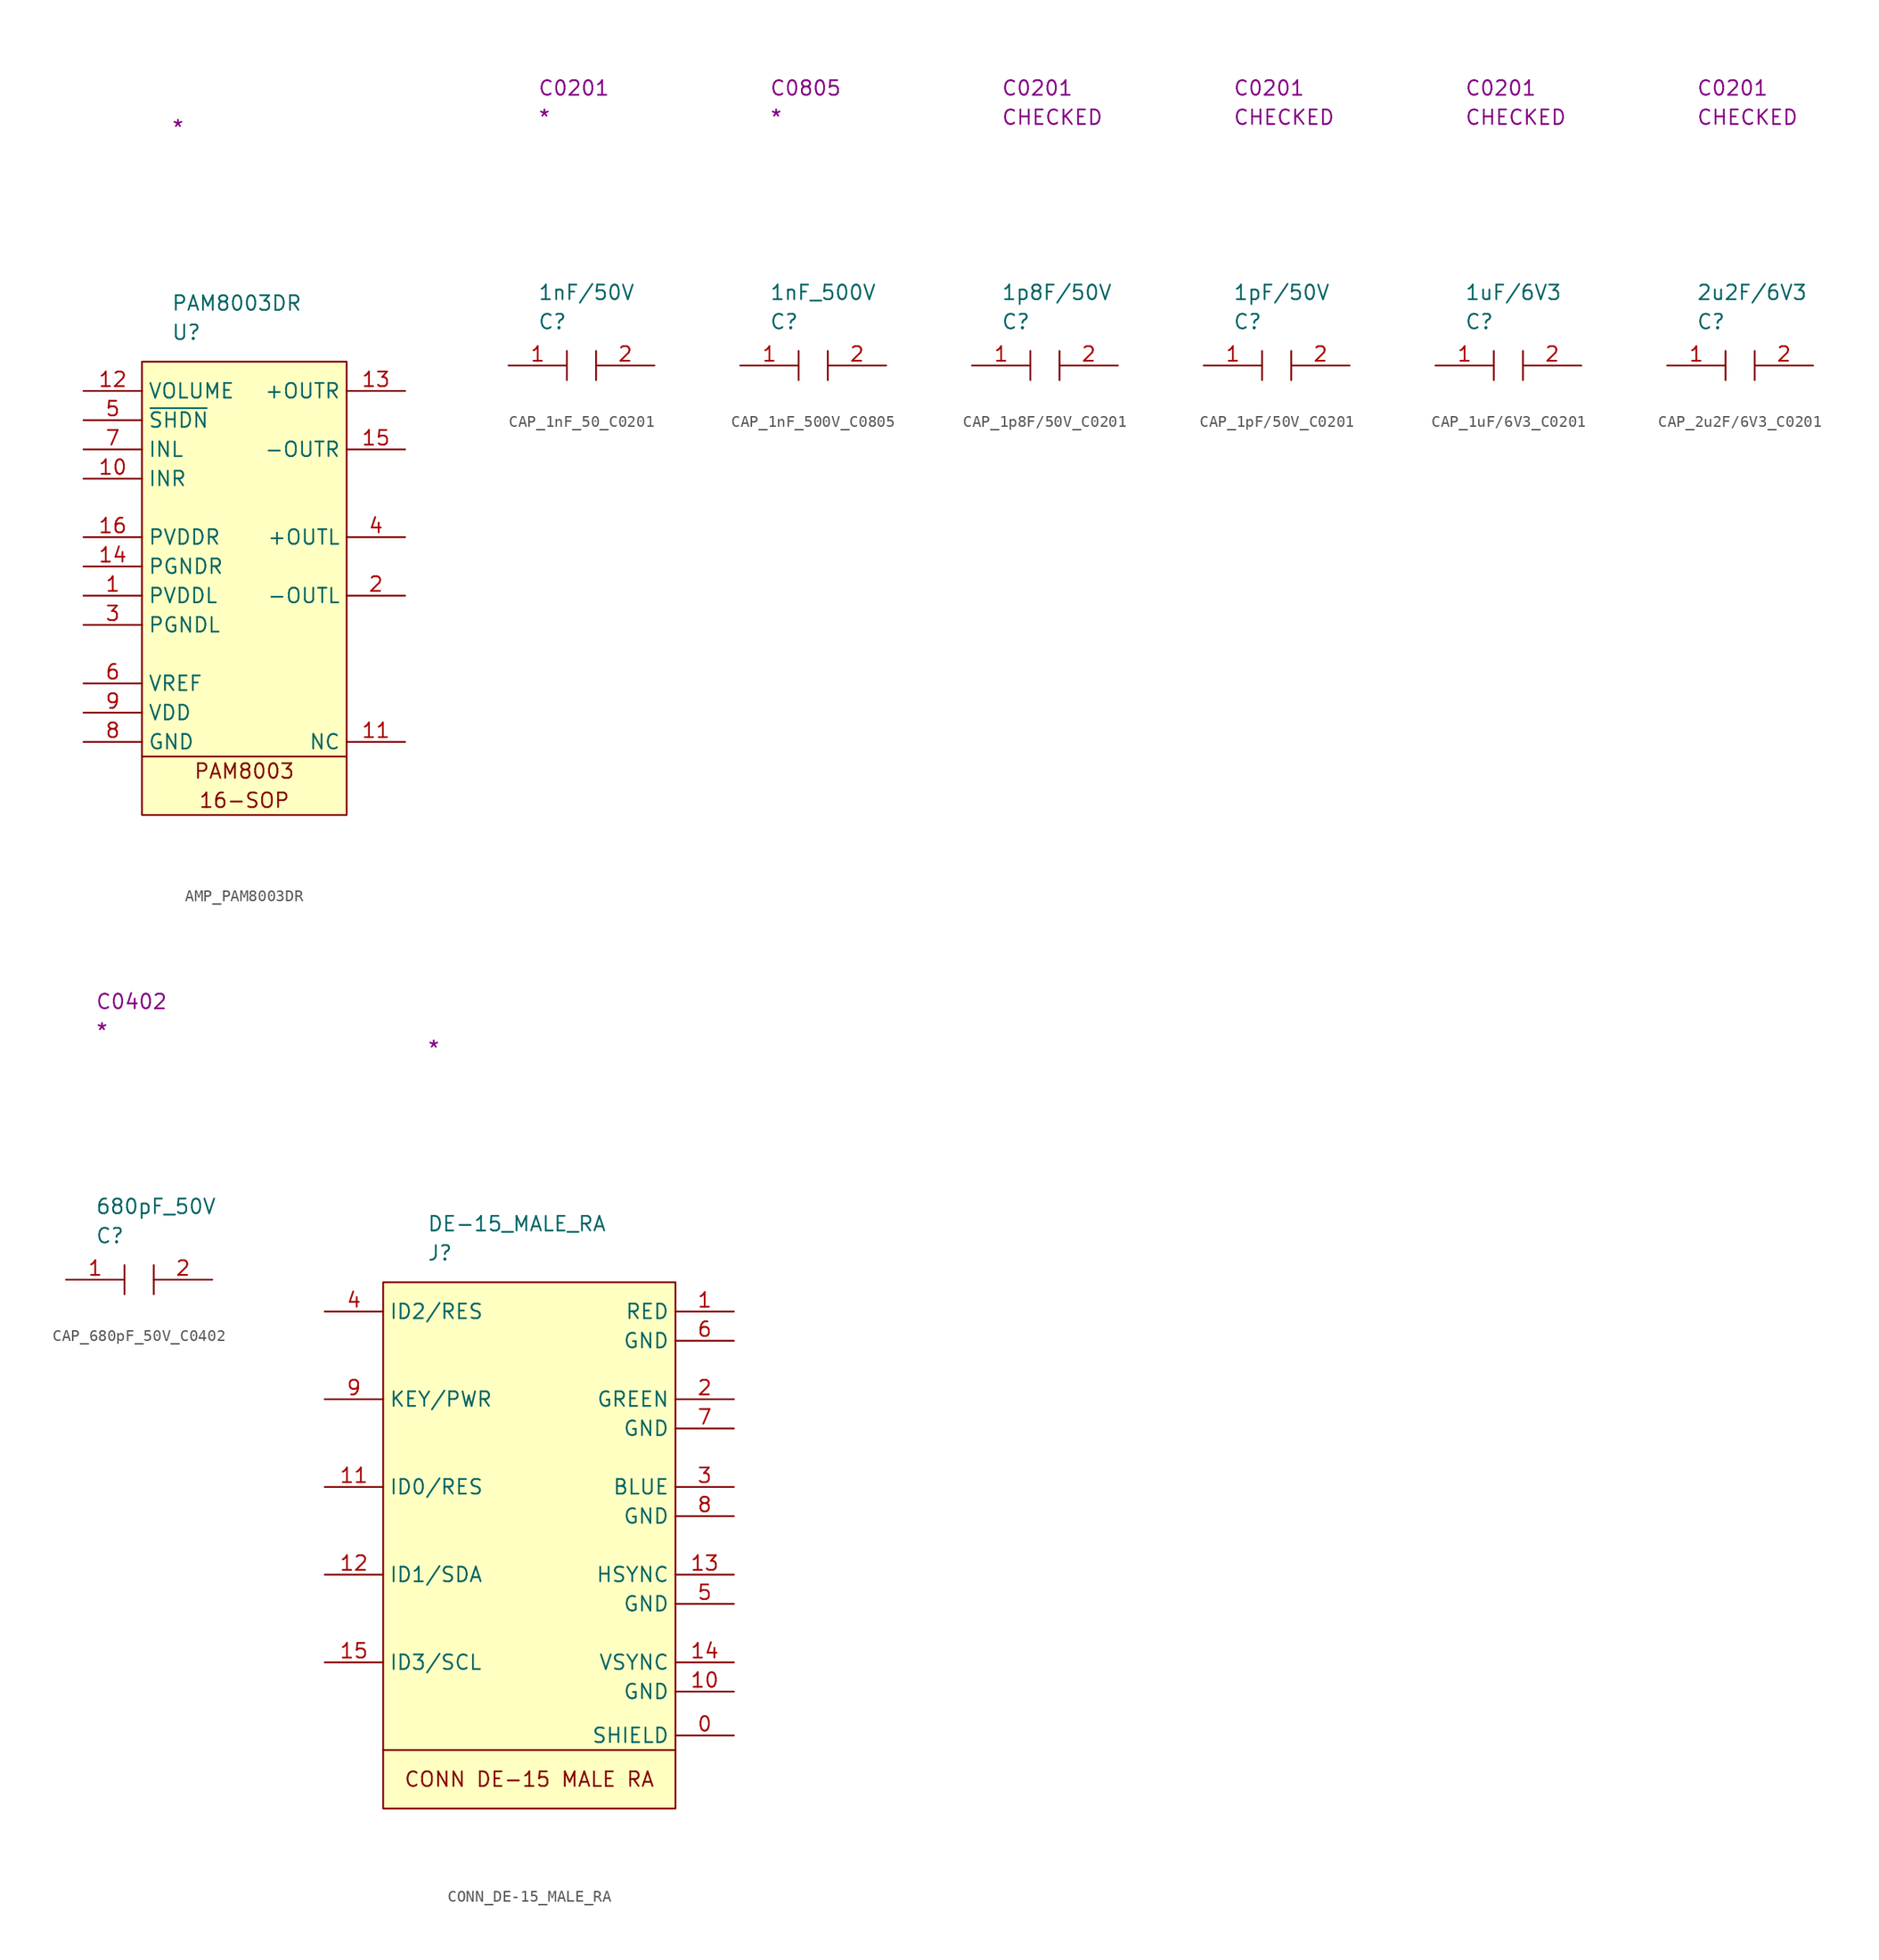
<source format=kicad_sym>
(kicad_symbol_lib
  (version 20220914)
  (generator kicad_symbol_editor)
  (symbol "AMP_PAM8003DR"
    (property "Reference" "U"
      (at 2.54 2.54 0)
      (effects (font (size 1.27 1.27)) (justify left)))
    (property "Value" "PAM8003DR"
      (at 2.54 5.08 0)
      (effects (font (size 1.27 1.27)) (justify left)))
    (property "SCH CHECK" "*"
      (at 2.54 20.32 0)
      (effects (font (size 1.27 1.27)) (justify left)))
    (symbol "AMP_PAM8003DR_0_0"
      (polyline (pts (xy 0 -34.29) (xy 17.78 -34.29)) (stroke (width 0) (type default)) (fill (type none)))
      (rectangle (start 0 0) (end 17.78 -39.37) (stroke (width 0) (type default)) (fill (type background)))
      (text "16-SOP" (at 8.89 -38.1 0) (effects (font (size 1.27 1.27))))
      (text "PAM8003" (at 8.89 -35.56 0) (effects (font (size 1.27 1.27)))))
    (symbol "AMP_PAM8003DR_1_1"
      (pin passive line (at -5.08 -20.32 0) (length 5.08) (name "PVDDL" (effects (font (size 1.27 1.27)))) (number "1" (effects (font (size 1.27 1.27)))))
      (pin passive line (at -5.08 -10.16 0) (length 5.08) (name "INR" (effects (font (size 1.27 1.27)))) (number "10" (effects (font (size 1.27 1.27)))))
      (pin passive line (at 22.86 -33.02 180) (length 5.08) (name "NC" (effects (font (size 1.27 1.27)))) (number "11" (effects (font (size 1.27 1.27)))))
      (pin passive line (at -5.08 -2.54 0) (length 5.08) (name "VOLUME" (effects (font (size 1.27 1.27)))) (number "12" (effects (font (size 1.27 1.27)))))
      (pin passive line (at 22.86 -2.54 180) (length 5.08) (name "+OUTR" (effects (font (size 1.27 1.27)))) (number "13" (effects (font (size 1.27 1.27)))))
      (pin passive line (at -5.08 -17.78 0) (length 5.08) (name "PGNDR" (effects (font (size 1.27 1.27)))) (number "14" (effects (font (size 1.27 1.27)))))
      (pin passive line (at 22.86 -7.62 180) (length 5.08) (name "-OUTR" (effects (font (size 1.27 1.27)))) (number "15" (effects (font (size 1.27 1.27)))))
      (pin passive line (at -5.08 -15.24 0) (length 5.08) (name "PVDDR" (effects (font (size 1.27 1.27)))) (number "16" (effects (font (size 1.27 1.27)))))
      (pin passive line (at 22.86 -20.32 180) (length 5.08) (name "-OUTL" (effects (font (size 1.27 1.27)))) (number "2" (effects (font (size 1.27 1.27)))))
      (pin passive line (at -5.08 -22.86 0) (length 5.08) (name "PGNDL" (effects (font (size 1.27 1.27)))) (number "3" (effects (font (size 1.27 1.27)))))
      (pin passive line (at 22.86 -15.24 180) (length 5.08) (name "+OUTL" (effects (font (size 1.27 1.27)))) (number "4" (effects (font (size 1.27 1.27)))))
      (pin passive line (at -5.08 -5.08 0) (length 5.08) (name "~{SHDN}" (effects (font (size 1.27 1.27)))) (number "5" (effects (font (size 1.27 1.27)))))
      (pin passive line (at -5.08 -27.94 0) (length 5.08) (name "VREF" (effects (font (size 1.27 1.27)))) (number "6" (effects (font (size 1.27 1.27)))))
      (pin passive line (at -5.08 -7.62 0) (length 5.08) (name "INL" (effects (font (size 1.27 1.27)))) (number "7" (effects (font (size 1.27 1.27)))))
      (pin passive line (at -5.08 -33.02 0) (length 5.08) (name "GND" (effects (font (size 1.27 1.27)))) (number "8" (effects (font (size 1.27 1.27)))))
      (pin passive line (at -5.08 -30.48 0) (length 5.08) (name "VDD" (effects (font (size 1.27 1.27)))) (number "9" (effects (font (size 1.27 1.27)))))))
  (symbol "CAP_1nF_50_C0201"
    (property "Reference" "C"
      (at 2.54 3.81 0)
      (effects (font (size 1.27 1.27)) (justify left)))
    (property "Value" "1nF/50V"
      (at 2.54 6.35 0)
      (effects (font (size 1.27 1.27)) (justify left)))
    (property "SCH CHECK" "*"
      (at 2.54 21.59 0)
      (effects (font (size 1.27 1.27)) (justify left)))
    (property "Package" "C0201"
      (at 2.54 24.13 0)
      (effects (font (size 1.27 1.27)) (justify left)))
    (symbol "CAP_1nF_50_C0201_0_0"
      (polyline (pts (xy 5.08 1.27) (xy 5.08 -1.27)) (stroke (width 0) (type default)) (fill (type none)))
      (polyline (pts (xy 7.62 1.27) (xy 7.62 -1.27)) (stroke (width 0) (type default)) (fill (type none))))
    (symbol "CAP_1nF_50_C0201_1_1"
      (pin passive line (at 0 0 0) (length 5.08) (name "" (effects (font (size 1.27 1.27)))) (number "1" (effects (font (size 1.27 1.27)))))
      (pin passive line (at 12.7 0 180) (length 5.08) (name "" (effects (font (size 1.27 1.27)))) (number "2" (effects (font (size 1.27 1.27)))))))
  (symbol "CAP_1nF_500V_C0805"
    (property "Reference" "C"
      (at 2.54 3.81 0)
      (effects (font (size 1.27 1.27)) (justify left)))
    (property "Value" "1nF_500V"
      (at 2.54 6.35 0)
      (effects (font (size 1.27 1.27)) (justify left)))
    (property "SCH CHECK" "*"
      (at 2.54 21.59 0)
      (effects (font (size 1.27 1.27)) (justify left)))
    (property "Package" "C0805"
      (at 2.54 24.13 0)
      (effects (font (size 1.27 1.27)) (justify left)))
    (symbol "CAP_1nF_500V_C0805_0_0"
      (polyline (pts (xy 5.08 1.27) (xy 5.08 -1.27)) (stroke (width 0) (type default)) (fill (type none)))
      (polyline (pts (xy 7.62 1.27) (xy 7.62 -1.27)) (stroke (width 0) (type default)) (fill (type none))))
    (symbol "CAP_1nF_500V_C0805_1_1"
      (pin passive line (at 0 0 0) (length 5.08) (name "" (effects (font (size 1.27 1.27)))) (number "1" (effects (font (size 1.27 1.27)))))
      (pin passive line (at 12.7 0 180) (length 5.08) (name "" (effects (font (size 1.27 1.27)))) (number "2" (effects (font (size 1.27 1.27)))))))
  (symbol "CAP_1p8F/50V_C0201"
    (property "Reference" "C"
      (at 2.54 3.81 0)
      (effects (font (size 1.27 1.27)) (justify left)))
    (property "Value" "1p8F/50V"
      (at 2.54 6.35 0)
      (effects (font (size 1.27 1.27)) (justify left)))
    (property "SCH CHECK" "CHECKED"
      (at 2.54 21.59 0)
      (effects (font (size 1.27 1.27)) (justify left)))
    (property "Package" "C0201"
      (at 2.54 24.13 0)
      (effects (font (size 1.27 1.27)) (justify left)))
    (symbol "CAP_1p8F/50V_C0201_0_0"
      (polyline (pts (xy 5.08 1.27) (xy 5.08 -1.27)) (stroke (width 0) (type default)) (fill (type none)))
      (polyline (pts (xy 7.62 1.27) (xy 7.62 -1.27)) (stroke (width 0) (type default)) (fill (type none))))
    (symbol "CAP_1p8F/50V_C0201_1_1"
      (pin passive line (at 0 0 0) (length 5.08) (name "" (effects (font (size 1.27 1.27)))) (number "1" (effects (font (size 1.27 1.27)))))
      (pin passive line (at 12.7 0 180) (length 5.08) (name "" (effects (font (size 1.27 1.27)))) (number "2" (effects (font (size 1.27 1.27)))))))
  (symbol "CAP_1pF/50V_C0201"
    (property "Reference" "C"
      (at 2.54 3.81 0)
      (effects (font (size 1.27 1.27)) (justify left)))
    (property "Value" "1pF/50V"
      (at 2.54 6.35 0)
      (effects (font (size 1.27 1.27)) (justify left)))
    (property "SCH CHECK" "CHECKED"
      (at 2.54 21.59 0)
      (effects (font (size 1.27 1.27)) (justify left)))
    (property "Package" "C0201"
      (at 2.54 24.13 0)
      (effects (font (size 1.27 1.27)) (justify left)))
    (symbol "CAP_1pF/50V_C0201_0_0"
      (polyline (pts (xy 5.08 1.27) (xy 5.08 -1.27)) (stroke (width 0) (type default)) (fill (type none)))
      (polyline (pts (xy 7.62 1.27) (xy 7.62 -1.27)) (stroke (width 0) (type default)) (fill (type none))))
    (symbol "CAP_1pF/50V_C0201_1_1"
      (pin passive line (at 0 0 0) (length 5.08) (name "" (effects (font (size 1.27 1.27)))) (number "1" (effects (font (size 1.27 1.27)))))
      (pin passive line (at 12.7 0 180) (length 5.08) (name "" (effects (font (size 1.27 1.27)))) (number "2" (effects (font (size 1.27 1.27)))))))
  (symbol "CAP_1uF/6V3_C0201"
    (property "Reference" "C"
      (at 2.54 3.81 0)
      (effects (font (size 1.27 1.27)) (justify left)))
    (property "Value" "1uF{slash}6V3"
      (at 2.54 6.35 0)
      (effects (font (size 1.27 1.27)) (justify left)))
    (property "SCH CHECK" "CHECKED"
      (at 2.54 21.59 0)
      (effects (font (size 1.27 1.27)) (justify left)))
    (property "Package" "C0201"
      (at 2.54 24.13 0)
      (effects (font (size 1.27 1.27)) (justify left)))
    (symbol "CAP_1uF/6V3_C0201_0_0"
      (polyline (pts (xy 5.08 1.27) (xy 5.08 -1.27)) (stroke (width 0) (type default)) (fill (type none)))
      (polyline (pts (xy 7.62 1.27) (xy 7.62 -1.27)) (stroke (width 0) (type default)) (fill (type none))))
    (symbol "CAP_1uF/6V3_C0201_1_1"
      (pin passive line (at 0 0 0) (length 5.08) (name "" (effects (font (size 1.27 1.27)))) (number "1" (effects (font (size 1.27 1.27)))))
      (pin passive line (at 12.7 0 180) (length 5.08) (name "" (effects (font (size 1.27 1.27)))) (number "2" (effects (font (size 1.27 1.27)))))))
  (symbol "CAP_2u2F/6V3_C0201"
    (property "Reference" "C"
      (at 2.54 3.81 0)
      (effects (font (size 1.27 1.27)) (justify left)))
    (property "Value" "2u2F/6V3"
      (at 2.54 6.35 0)
      (effects (font (size 1.27 1.27)) (justify left)))
    (property "SCH CHECK" "CHECKED"
      (at 2.54 21.59 0)
      (effects (font (size 1.27 1.27)) (justify left)))
    (property "Package" "C0201"
      (at 2.54 24.13 0)
      (effects (font (size 1.27 1.27)) (justify left)))
    (symbol "CAP_2u2F/6V3_C0201_0_0"
      (polyline (pts (xy 5.08 1.27) (xy 5.08 -1.27)) (stroke (width 0) (type default)) (fill (type none)))
      (polyline (pts (xy 7.62 1.27) (xy 7.62 -1.27)) (stroke (width 0) (type default)) (fill (type none))))
    (symbol "CAP_2u2F/6V3_C0201_1_1"
      (pin passive line (at 0 0 0) (length 5.08) (name "" (effects (font (size 1.27 1.27)))) (number "1" (effects (font (size 1.27 1.27)))))
      (pin passive line (at 12.7 0 180) (length 5.08) (name "" (effects (font (size 1.27 1.27)))) (number "2" (effects (font (size 1.27 1.27)))))))
  (symbol "CAP_680pF_50V_C0402"
    (property "Reference" "C"
      (at 2.54 3.81 0)
      (effects (font (size 1.27 1.27)) (justify left)))
    (property "Value" "680pF_50V"
      (at 2.54 6.35 0)
      (effects (font (size 1.27 1.27)) (justify left)))
    (property "SCH CHECK" "*"
      (at 2.54 21.59 0)
      (effects (font (size 1.27 1.27)) (justify left)))
    (property "Package" "C0402"
      (at 2.54 24.13 0)
      (effects (font (size 1.27 1.27)) (justify left)))
    (symbol "CAP_680pF_50V_C0402_0_0"
      (polyline (pts (xy 5.08 1.27) (xy 5.08 -1.27)) (stroke (width 0) (type default)) (fill (type none)))
      (polyline (pts (xy 7.62 1.27) (xy 7.62 -1.27)) (stroke (width 0) (type default)) (fill (type none))))
    (symbol "CAP_680pF_50V_C0402_1_1"
      (pin passive line (at 0 0 0) (length 5.08) (name "" (effects (font (size 1.27 1.27)))) (number "1" (effects (font (size 1.27 1.27)))))
      (pin passive line (at 12.7 0 180) (length 5.08) (name "" (effects (font (size 1.27 1.27)))) (number "2" (effects (font (size 1.27 1.27)))))))
  (symbol "CONN_DE-15_MALE_RA"
    (property "Reference" "J"
      (at 3.81 2.54 0)
      (effects (font (size 1.27 1.27)) (justify left)))
    (property "Value" "DE-15_MALE_RA"
      (at 3.81 5.08 0)
      (effects (font (size 1.27 1.27)) (justify left)))
    (property "SCH CHECK" "*"
      (at 3.81 20.32 0)
      (effects (font (size 1.27 1.27)) (justify left)))
    (symbol "CONN_DE-15_MALE_RA_0_1"
      (polyline (pts (xy 0 -40.64) (xy 25.4 -40.64)) (stroke (width 0) (type default)) (fill (type none)))
      (rectangle (start 0 0) (end 25.4 -45.72) (stroke (width 0) (type default)) (fill (type background)))
      (text "CONN DE-15 MALE RA" (at 12.7 -43.18 0) (effects (font (size 1.27 1.27)))))
    (symbol "CONN_DE-15_MALE_RA_1_1"
      (pin passive line (at 30.48 -39.37 180) (length 5.08) (name "SHIELD" (effects (font (size 1.27 1.27)))) (number "0" (effects (font (size 1.27 1.27)))))
      (pin passive line (at 30.48 -2.54 180) (length 5.08) (name "RED" (effects (font (size 1.27 1.27)))) (number "1" (effects (font (size 1.27 1.27)))))
      (pin passive line (at 30.48 -35.56 180) (length 5.08) (name "GND" (effects (font (size 1.27 1.27)))) (number "10" (effects (font (size 1.27 1.27)))))
      (pin passive line (at -5.08 -17.78 0) (length 5.08) (name "ID0/RES" (effects (font (size 1.27 1.27)))) (number "11" (effects (font (size 1.27 1.27)))))
      (pin passive line (at -5.08 -25.4 0) (length 5.08) (name "ID1/SDA" (effects (font (size 1.27 1.27)))) (number "12" (effects (font (size 1.27 1.27)))))
      (pin passive line (at 30.48 -25.4 180) (length 5.08) (name "HSYNC" (effects (font (size 1.27 1.27)))) (number "13" (effects (font (size 1.27 1.27)))))
      (pin passive line (at 30.48 -33.02 180) (length 5.08) (name "VSYNC" (effects (font (size 1.27 1.27)))) (number "14" (effects (font (size 1.27 1.27)))))
      (pin passive line (at -5.08 -33.02 0) (length 5.08) (name "ID3/SCL" (effects (font (size 1.27 1.27)))) (number "15" (effects (font (size 1.27 1.27)))))
      (pin passive line (at 30.48 -10.16 180) (length 5.08) (name "GREEN" (effects (font (size 1.27 1.27)))) (number "2" (effects (font (size 1.27 1.27)))))
      (pin passive line (at 30.48 -17.78 180) (length 5.08) (name "BLUE" (effects (font (size 1.27 1.27)))) (number "3" (effects (font (size 1.27 1.27)))))
      (pin passive line (at -5.08 -2.54 0) (length 5.08) (name "ID2/RES" (effects (font (size 1.27 1.27)))) (number "4" (effects (font (size 1.27 1.27)))))
      (pin passive line (at 30.48 -27.94 180) (length 5.08) (name "GND" (effects (font (size 1.27 1.27)))) (number "5" (effects (font (size 1.27 1.27)))))
      (pin passive line (at 30.48 -5.08 180) (length 5.08) (name "GND" (effects (font (size 1.27 1.27)))) (number "6" (effects (font (size 1.27 1.27)))))
      (pin passive line (at 30.48 -12.7 180) (length 5.08) (name "GND" (effects (font (size 1.27 1.27)))) (number "7" (effects (font (size 1.27 1.27)))))
      (pin passive line (at 30.48 -20.32 180) (length 5.08) (name "GND" (effects (font (size 1.27 1.27)))) (number "8" (effects (font (size 1.27 1.27)))))
      (pin passive line (at -5.08 -10.16 0) (length 5.08) (name "KEY/PWR" (effects (font (size 1.27 1.27)))) (number "9" (effects (font (size 1.27 1.27))))))))
</source>
